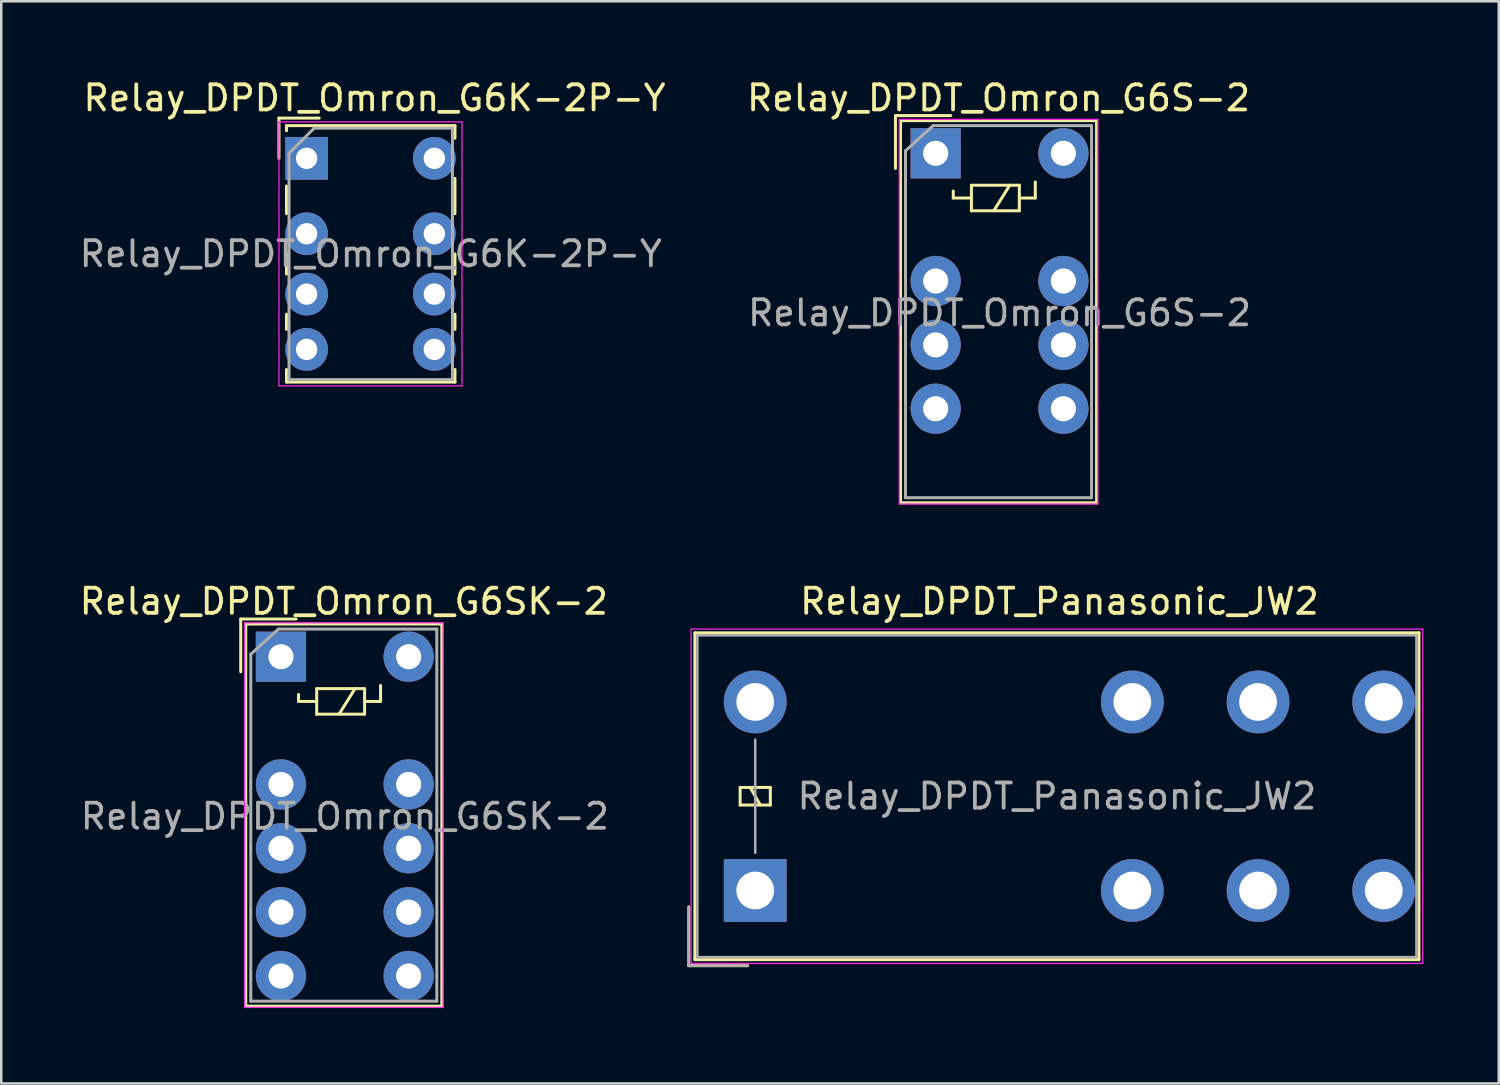
<source format=kicad_pcb>
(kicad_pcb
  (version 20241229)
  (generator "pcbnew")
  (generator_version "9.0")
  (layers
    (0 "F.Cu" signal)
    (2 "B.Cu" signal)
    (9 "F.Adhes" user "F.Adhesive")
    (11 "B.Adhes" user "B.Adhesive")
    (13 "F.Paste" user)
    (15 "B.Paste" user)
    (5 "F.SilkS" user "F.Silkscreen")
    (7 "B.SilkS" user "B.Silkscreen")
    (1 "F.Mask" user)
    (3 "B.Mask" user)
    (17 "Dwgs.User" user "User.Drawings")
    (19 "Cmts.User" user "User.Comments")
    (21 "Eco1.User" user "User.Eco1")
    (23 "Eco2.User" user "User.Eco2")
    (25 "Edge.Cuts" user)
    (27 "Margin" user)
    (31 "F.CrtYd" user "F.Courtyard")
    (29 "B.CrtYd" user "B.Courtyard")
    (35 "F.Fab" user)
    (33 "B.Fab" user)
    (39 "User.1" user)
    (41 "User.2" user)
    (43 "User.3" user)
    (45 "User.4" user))
  (footprint "Relay_DPDT_Panasonic_JW2"
    (layer "F.Cu")
    (at 26.99 32.371)
    (property "Reference" "Relay_DPDT_Panasonic_JW2" (at 12.1 -11.5 180) (layer "F.SilkS") (effects (font (size 1 1) (thickness 0.15))))
    (attr through_hole)
    (fp_line (start -2.64 2.99) (end -2.64 0.65) (stroke (width 0.12) (type solid)) (layer "F.SilkS"))
    (fp_line (start -2.4 -10.25) (end -2.4 2.75) (stroke (width 0.12) (type solid)) (layer "F.SilkS"))
    (fp_line (start -2.4 2.75) (end 26.4 2.75) (stroke (width 0.12) (type solid)) (layer "F.SilkS"))
    (fp_line (start -0.6 -4.1) (end -0.6 -3.4) (stroke (width 0.12) (type solid)) (layer "F.SilkS"))
    (fp_line (start -0.6 -3.4) (end 0.6 -3.4) (stroke (width 0.12) (type solid)) (layer "F.SilkS"))
    (fp_line (start -0.3 2.99) (end -2.64 2.99) (stroke (width 0.12) (type solid)) (layer "F.SilkS"))
    (fp_line (start 0.2 -3.4) (end -0.2 -4.1) (stroke (width 0.12) (type solid)) (layer "F.SilkS"))
    (fp_line (start 0.6 -4.1) (end -0.6 -4.1) (stroke (width 0.12) (type solid)) (layer "F.SilkS"))
    (fp_line (start 0.6 -3.4) (end 0.6 -4.1) (stroke (width 0.12) (type solid)) (layer "F.SilkS"))
    (fp_line (start 26.4 -10.25) (end -2.4 -10.25) (stroke (width 0.12) (type solid)) (layer "F.SilkS"))
    (fp_line (start 26.4 2.75) (end 26.4 -10.25) (stroke (width 0.12) (type solid)) (layer "F.SilkS"))
    (fp_line (start -2.55 -10.4) (end -2.55 2.9) (stroke (width 0.05) (type solid)) (layer "F.CrtYd"))
    (fp_line (start -2.55 2.9) (end 26.55 2.9) (stroke (width 0.05) (type solid)) (layer "F.CrtYd"))
    (fp_line (start 26.55 -10.4) (end -2.55 -10.4) (stroke (width 0.05) (type solid)) (layer "F.CrtYd"))
    (fp_line (start 26.55 2.9) (end 26.55 -10.4) (stroke (width 0.05) (type solid)) (layer "F.CrtYd"))
    (fp_line (start -2.64 2.99) (end -2.64 0.65) (stroke (width 0.1) (type solid)) (layer "F.Fab"))
    (fp_line (start -2.3 -10.15) (end -2.3 2.65) (stroke (width 0.1) (type solid)) (layer "F.Fab"))
    (fp_line (start -2.3 2.65) (end 26.3 2.65) (stroke (width 0.1) (type solid)) (layer "F.Fab"))
    (fp_line (start -0.3 2.99) (end -2.64 2.99) (stroke (width 0.1) (type solid)) (layer "F.Fab"))
    (fp_line (start 0 -1.5) (end 0 -6) (stroke (width 0.1) (type solid)) (layer "F.Fab"))
    (fp_line (start 26.3 -10.15) (end -2.3 -10.15) (stroke (width 0.1) (type solid)) (layer "F.Fab"))
    (fp_line (start 26.3 2.65) (end 26.3 -10.15) (stroke (width 0.1) (type solid)) (layer "F.Fab"))
    (fp_text user "${REFERENCE}" (at 12 -3.75 180) (layer "F.Fab") (effects (font (size 1 1) (thickness 0.15))))
    (pad "1" thru_hole rect (at 0 0 90) (size 2.5 2.5) (drill 1.5) (layers "*.Cu" "*.Mask"))
    (pad "2" thru_hole oval (at 15 0 90) (size 2.5 2.5) (drill 1.5) (layers "*.Cu" "*.Mask"))
    (pad "3" thru_hole oval (at 20 0 90) (size 2.5 2.5) (drill 1.5) (layers "*.Cu" "*.Mask"))
    (pad "4" thru_hole oval (at 25 0 90) (size 2.5 2.5) (drill 1.5) (layers "*.Cu" "*.Mask"))
    (pad "5" thru_hole oval (at 25 -7.5 90) (size 2.5 2.5) (drill 1.5) (layers "*.Cu" "*.Mask"))
    (pad "6" thru_hole oval (at 20 -7.5 90) (size 2.5 2.5) (drill 1.5) (layers "*.Cu" "*.Mask"))
    (pad "7" thru_hole oval (at 15 -7.5 90) (size 2.5 2.5) (drill 1.5) (layers "*.Cu" "*.Mask"))
    (pad "8" thru_hole oval (at 0 -7.5 90) (size 2.5 2.5) (drill 1.5) (layers "*.Cu" "*.Mask")))
  (footprint "Relay_DPDT_Omron_G6K-2P-Y"
    (layer "F.Cu")
    (at 9.146 3.248)
    (property "Reference" "Relay_DPDT_Omron_G6K-2P-Y" (at 2.7 -2.4 0) (layer "F.SilkS") (effects (font (size 1 1) (thickness 0.15))))
    (attr through_hole)
    (fp_line (start -1.1 -1.6) (end 0.5 -1.6) (stroke (width 0.12) (type solid)) (layer "F.SilkS"))
    (fp_line (start -1.1 0) (end -1.1 -1.6) (stroke (width 0.12) (type solid)) (layer "F.SilkS"))
    (fp_line (start -0.8 -1.3) (end -0.8 -1.1) (stroke (width 0.12) (type solid)) (layer "F.SilkS"))
    (fp_line (start -0.8 -1.3) (end 5.9 -1.3) (stroke (width 0.12) (type solid)) (layer "F.SilkS"))
    (fp_line (start -0.8 2.2) (end -0.8 1.1) (stroke (width 0.12) (type solid)) (layer "F.SilkS"))
    (fp_line (start -0.8 4.6) (end -0.8 3.8) (stroke (width 0.12) (type solid)) (layer "F.SilkS"))
    (fp_line (start -0.8 6.8) (end -0.8 6.2) (stroke (width 0.12) (type solid)) (layer "F.SilkS"))
    (fp_line (start -0.8 8.9) (end -0.8 8.4) (stroke (width 0.12) (type solid)) (layer "F.SilkS"))
    (fp_line (start 5.9 -1.3) (end 5.9 -0.8) (stroke (width 0.12) (type solid)) (layer "F.SilkS"))
    (fp_line (start 5.9 0.8) (end 5.9 2.2) (stroke (width 0.12) (type solid)) (layer "F.SilkS"))
    (fp_line (start 5.9 3.8) (end 5.9 4.6) (stroke (width 0.12) (type solid)) (layer "F.SilkS"))
    (fp_line (start 5.9 6.2) (end 5.9 6.8) (stroke (width 0.12) (type solid)) (layer "F.SilkS"))
    (fp_line (start 5.9 8.4) (end 5.9 8.9) (stroke (width 0.12) (type solid)) (layer "F.SilkS"))
    (fp_line (start 5.9 8.9) (end -0.8 8.9) (stroke (width 0.12) (type solid)) (layer "F.SilkS"))
    (fp_line (start -1.1 -1.45) (end -1.1 9.05) (stroke (width 0.05) (type solid)) (layer "F.CrtYd"))
    (fp_line (start -1.1 -1.45) (end 6.18 -1.45) (stroke (width 0.05) (type solid)) (layer "F.CrtYd"))
    (fp_line (start 6.18 9.05) (end -1.1 9.05) (stroke (width 0.05) (type solid)) (layer "F.CrtYd"))
    (fp_line (start 6.18 9.05) (end 6.18 -1.45) (stroke (width 0.05) (type solid)) (layer "F.CrtYd"))
    (fp_line (start -0.7 -0.2) (end 0.3 -1.2) (stroke (width 0.12) (type solid)) (layer "F.Fab"))
    (fp_line (start -0.7 8.8) (end -0.7 -0.2) (stroke (width 0.12) (type solid)) (layer "F.Fab"))
    (fp_line (start 0.3 -1.2) (end 5.8 -1.2) (stroke (width 0.12) (type solid)) (layer "F.Fab"))
    (fp_line (start 5.8 -1.2) (end 5.8 8.8) (stroke (width 0.12) (type solid)) (layer "F.Fab"))
    (fp_line (start 5.8 8.8) (end -0.7 8.8) (stroke (width 0.12) (type solid)) (layer "F.Fab"))
    (fp_text user "${REFERENCE}" (at 2.55 3.8 0) (layer "F.Fab") (effects (font (size 1 1) (thickness 0.15))))
    (pad "1" thru_hole rect (at 0 0) (size 1.7 1.7) (drill 0.85) (layers "*.Cu" "*.Mask"))
    (pad "2" thru_hole circle (at 0 3) (size 1.7 1.7) (drill 0.85) (layers "*.Cu" "*.Mask"))
    (pad "3" thru_hole circle (at 0 5.4) (size 1.7 1.7) (drill 0.85) (layers "*.Cu" "*.Mask"))
    (pad "4" thru_hole circle (at 0 7.6) (size 1.7 1.7) (drill 0.85) (layers "*.Cu" "*.Mask"))
    (pad "5" thru_hole circle (at 5.08 7.6) (size 1.7 1.7) (drill 0.85) (layers "*.Cu" "*.Mask"))
    (pad "6" thru_hole circle (at 5.08 5.4) (size 1.7 1.7) (drill 0.85) (layers "*.Cu" "*.Mask"))
    (pad "7" thru_hole circle (at 5.08 3) (size 1.7 1.7) (drill 0.85) (layers "*.Cu" "*.Mask"))
    (pad "8" thru_hole circle (at 5.08 0) (size 1.7 1.7) (drill 0.85) (layers "*.Cu" "*.Mask")))
  (footprint "Relay_DPDT_Omron_G6S-2"
    (layer "F.Cu")
    (at 34.168 3.048)
    (property "Reference" "Relay_DPDT_Omron_G6S-2" (at 2.5 -2.2 0) (layer "F.SilkS") (effects (font (size 1 1) (thickness 0.15))))
    (attr through_hole)
    (fp_line (start -1.6 -1.5) (end 0.6 -1.5) (stroke (width 0.12) (type solid)) (layer "F.SilkS"))
    (fp_line (start -1.6 0.6) (end -1.6 -1.5) (stroke (width 0.12) (type solid)) (layer "F.SilkS"))
    (fp_line (start -1.4 -1.3) (end 6.4 -1.3) (stroke (width 0.12) (type solid)) (layer "F.SilkS"))
    (fp_line (start -1.4 13.9) (end -1.4 -1.3) (stroke (width 0.12) (type solid)) (layer "F.SilkS"))
    (fp_line (start 0.7 1.5) (end 0.7 1.778) (stroke (width 0.12) (type solid)) (layer "F.SilkS"))
    (fp_line (start 0.7 1.778) (end 1.422 1.778) (stroke (width 0.12) (type solid)) (layer "F.SilkS"))
    (fp_line (start 1.422 1.27) (end 1.422 2.286) (stroke (width 0.12) (type solid)) (layer "F.SilkS"))
    (fp_line (start 1.422 2.286) (end 3.327 2.286) (stroke (width 0.12) (type solid)) (layer "F.SilkS"))
    (fp_line (start 2.946 1.27) (end 2.311 2.286) (stroke (width 0.12) (type solid)) (layer "F.SilkS"))
    (fp_line (start 3.327 1.27) (end 1.422 1.27) (stroke (width 0.12) (type solid)) (layer "F.SilkS"))
    (fp_line (start 3.327 1.27) (end 3.327 2.286) (stroke (width 0.12) (type solid)) (layer "F.SilkS"))
    (fp_line (start 3.962 1.143) (end 3.962 1.778) (stroke (width 0.12) (type solid)) (layer "F.SilkS"))
    (fp_line (start 3.962 1.778) (end 3.327 1.778) (stroke (width 0.12) (type solid)) (layer "F.SilkS"))
    (fp_line (start 6.4 -1.3) (end 6.4 13.9) (stroke (width 0.12) (type solid)) (layer "F.SilkS"))
    (fp_line (start 6.4 13.9) (end -1.4 13.9) (stroke (width 0.12) (type solid)) (layer "F.SilkS"))
    (fp_line (start -1.45 -1.35) (end -1.45 13.95) (stroke (width 0.05) (type solid)) (layer "F.CrtYd"))
    (fp_line (start -1.45 -1.35) (end 6.45 -1.35) (stroke (width 0.05) (type solid)) (layer "F.CrtYd"))
    (fp_line (start 6.45 13.95) (end -1.45 13.95) (stroke (width 0.05) (type solid)) (layer "F.CrtYd"))
    (fp_line (start 6.45 13.95) (end 6.45 -1.35) (stroke (width 0.05) (type solid)) (layer "F.CrtYd"))
    (fp_line (start -1.2 -0.1) (end -0.1 -1.1) (stroke (width 0.12) (type solid)) (layer "F.Fab"))
    (fp_line (start -1.2 13.7) (end -1.2 -0.1) (stroke (width 0.12) (type solid)) (layer "F.Fab"))
    (fp_line (start -0.1 -1.1) (end 6.2 -1.1) (stroke (width 0.12) (type solid)) (layer "F.Fab"))
    (fp_line (start 6.2 -1.1) (end 6.2 13.7) (stroke (width 0.12) (type solid)) (layer "F.Fab"))
    (fp_line (start 6.2 13.7) (end -1.2 13.7) (stroke (width 0.12) (type solid)) (layer "F.Fab"))
    (fp_text user "${REFERENCE}" (at 2.54 6.35 0) (layer "F.Fab") (effects (font (size 1 1) (thickness 0.15))))
    (pad "1" thru_hole rect (at 0 0) (size 2 2) (drill 1) (layers "*.Cu" "*.Mask"))
    (pad "3" thru_hole circle (at 0 5.08) (size 2 2) (drill 1) (layers "*.Cu" "*.Mask"))
    (pad "4" thru_hole circle (at 0 7.62 270) (size 2 2) (drill 1) (layers "*.Cu" "*.Mask"))
    (pad "5" thru_hole circle (at 0 10.16) (size 2 2) (drill 1) (layers "*.Cu" "*.Mask"))
    (pad "8" thru_hole circle (at 5.08 10.16) (size 2 2) (drill 1) (layers "*.Cu" "*.Mask"))
    (pad "9" thru_hole circle (at 5.08 7.62 270) (size 2 2) (drill 1) (layers "*.Cu" "*.Mask"))
    (pad "10" thru_hole circle (at 5.08 5.08) (size 2 2) (drill 1) (layers "*.Cu" "*.Mask"))
    (pad "12" thru_hole circle (at 5.08 0) (size 2 2) (drill 1) (layers "*.Cu" "*.Mask")))
  (footprint "Relay_DPDT_Omron_G6SK-2"
    (layer "F.Cu")
    (at 8.125 23.072)
    (property "Reference" "Relay_DPDT_Omron_G6SK-2" (at 2.5 -2.2 0) (layer "F.SilkS") (effects (font (size 1 1) (thickness 0.15))))
    (attr through_hole)
    (fp_line (start -1.6 -1.5) (end 0.6 -1.5) (stroke (width 0.12) (type solid)) (layer "F.SilkS"))
    (fp_line (start -1.6 0.6) (end -1.6 -1.5) (stroke (width 0.12) (type solid)) (layer "F.SilkS"))
    (fp_line (start -1.4 -1.3) (end 6.4 -1.3) (stroke (width 0.12) (type solid)) (layer "F.SilkS"))
    (fp_line (start -1.4 13.9) (end -1.4 -1.3) (stroke (width 0.12) (type solid)) (layer "F.SilkS"))
    (fp_line (start 0.7 1.5) (end 0.7 1.778) (stroke (width 0.12) (type solid)) (layer "F.SilkS"))
    (fp_line (start 0.7 1.778) (end 1.422 1.778) (stroke (width 0.12) (type solid)) (layer "F.SilkS"))
    (fp_line (start 1.422 1.27) (end 1.422 2.286) (stroke (width 0.12) (type solid)) (layer "F.SilkS"))
    (fp_line (start 1.422 2.286) (end 3.327 2.286) (stroke (width 0.12) (type solid)) (layer "F.SilkS"))
    (fp_line (start 2.946 1.27) (end 2.311 2.286) (stroke (width 0.12) (type solid)) (layer "F.SilkS"))
    (fp_line (start 3.327 1.27) (end 1.422 1.27) (stroke (width 0.12) (type solid)) (layer "F.SilkS"))
    (fp_line (start 3.327 1.27) (end 3.327 2.286) (stroke (width 0.12) (type solid)) (layer "F.SilkS"))
    (fp_line (start 3.962 1.143) (end 3.962 1.778) (stroke (width 0.12) (type solid)) (layer "F.SilkS"))
    (fp_line (start 3.962 1.778) (end 3.327 1.778) (stroke (width 0.12) (type solid)) (layer "F.SilkS"))
    (fp_line (start 6.4 -1.3) (end 6.4 13.9) (stroke (width 0.12) (type solid)) (layer "F.SilkS"))
    (fp_line (start 6.4 13.9) (end -1.4 13.9) (stroke (width 0.12) (type solid)) (layer "F.SilkS"))
    (fp_line (start -1.45 -1.35) (end -1.45 13.95) (stroke (width 0.05) (type solid)) (layer "F.CrtYd"))
    (fp_line (start -1.45 -1.35) (end 6.45 -1.35) (stroke (width 0.05) (type solid)) (layer "F.CrtYd"))
    (fp_line (start 6.45 13.95) (end -1.45 13.95) (stroke (width 0.05) (type solid)) (layer "F.CrtYd"))
    (fp_line (start 6.45 13.95) (end 6.45 -1.35) (stroke (width 0.05) (type solid)) (layer "F.CrtYd"))
    (fp_line (start -1.2 -0.1) (end -0.1 -1.1) (stroke (width 0.12) (type solid)) (layer "F.Fab"))
    (fp_line (start -1.2 13.7) (end -1.2 -0.1) (stroke (width 0.12) (type solid)) (layer "F.Fab"))
    (fp_line (start -0.1 -1.1) (end 6.2 -1.1) (stroke (width 0.12) (type solid)) (layer "F.Fab"))
    (fp_line (start 6.2 -1.1) (end 6.2 13.7) (stroke (width 0.12) (type solid)) (layer "F.Fab"))
    (fp_line (start 6.2 13.7) (end -1.2 13.7) (stroke (width 0.12) (type solid)) (layer "F.Fab"))
    (fp_text user "${REFERENCE}" (at 2.54 6.35 0) (layer "F.Fab") (effects (font (size 1 1) (thickness 0.15))))
    (pad "1" thru_hole rect (at 0 0) (size 2 2) (drill 1) (layers "*.Cu" "*.Mask"))
    (pad "3" thru_hole circle (at 0 5.08) (size 2 2) (drill 1) (layers "*.Cu" "*.Mask"))
    (pad "4" thru_hole circle (at 0 7.62 270) (size 2 2) (drill 1) (layers "*.Cu" "*.Mask"))
    (pad "5" thru_hole circle (at 0 10.16) (size 2 2) (drill 1) (layers "*.Cu" "*.Mask"))
    (pad "6" thru_hole circle (at 0 12.7) (size 2 2) (drill 1) (layers "*.Cu" "*.Mask"))
    (pad "7" thru_hole circle (at 5.08 12.7) (size 2 2) (drill 1) (layers "*.Cu" "*.Mask"))
    (pad "8" thru_hole circle (at 5.08 10.16) (size 2 2) (drill 1) (layers "*.Cu" "*.Mask"))
    (pad "9" thru_hole circle (at 5.08 7.62 270) (size 2 2) (drill 1) (layers "*.Cu" "*.Mask"))
    (pad "10" thru_hole circle (at 5.08 5.08) (size 2 2) (drill 1) (layers "*.Cu" "*.Mask"))
    (pad "12" thru_hole circle (at 5.08 0) (size 2 2) (drill 1) (layers "*.Cu" "*.Mask")))
  (gr_rect
    (start -3 -3)
    (end 56.565 40.047)
    (stroke (width 0.1) (type default))
    (fill no)
    (layer "Edge.Cuts")))
</source>
